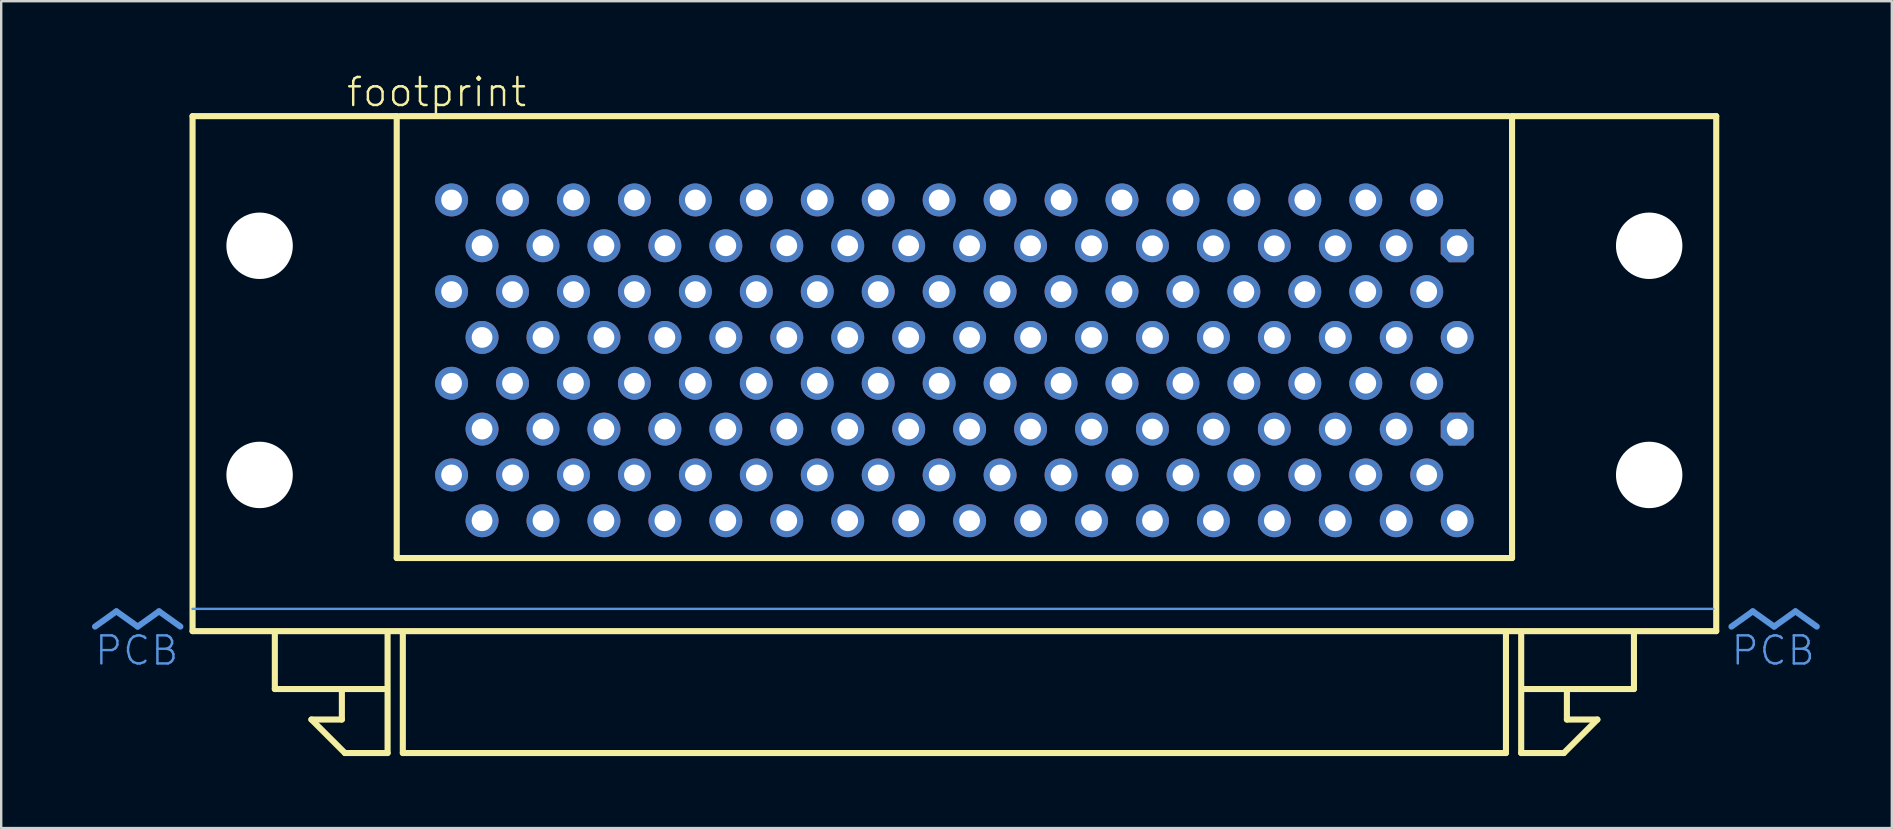
<source format=kicad_pcb>
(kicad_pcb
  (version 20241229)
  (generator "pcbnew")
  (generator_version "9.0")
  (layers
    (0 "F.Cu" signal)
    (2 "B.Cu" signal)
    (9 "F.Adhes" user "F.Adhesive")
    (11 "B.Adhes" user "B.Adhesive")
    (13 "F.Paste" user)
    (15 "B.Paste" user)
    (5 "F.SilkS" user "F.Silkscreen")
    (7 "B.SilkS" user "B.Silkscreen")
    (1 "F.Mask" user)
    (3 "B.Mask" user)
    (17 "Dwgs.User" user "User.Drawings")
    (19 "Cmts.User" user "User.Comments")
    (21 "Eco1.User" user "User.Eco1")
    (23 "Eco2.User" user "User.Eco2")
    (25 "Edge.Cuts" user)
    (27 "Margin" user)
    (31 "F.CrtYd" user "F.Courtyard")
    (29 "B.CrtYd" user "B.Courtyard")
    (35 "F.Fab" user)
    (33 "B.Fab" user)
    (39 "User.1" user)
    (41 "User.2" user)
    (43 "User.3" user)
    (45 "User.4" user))
  (footprint "footprint"
    (layer "F.Cu")
    (at 36.725 21.793)
    (property "Reference" "footprint" (at -25.4 -20.32 0) (layer "F.SilkS") (effects (font (size 1.168 1.168) (thickness 0.102)) (justify left bottom)))
    (fp_line (start -31.75 -20.003) (end -23.241 -20.003) (stroke (width 0.254) (type solid)) (layer "F.SilkS"))
    (fp_line (start -31.75 1.46) (end -31.75 -20.003) (stroke (width 0.254) (type solid)) (layer "F.SilkS"))
    (fp_line (start -28.321 3.873) (end -28.321 1.587) (stroke (width 0.254) (type solid)) (layer "F.SilkS"))
    (fp_line (start -26.797 5.144) (end -25.527 5.144) (stroke (width 0.254) (type solid)) (layer "F.SilkS"))
    (fp_line (start -25.527 3.873) (end -28.321 3.873) (stroke (width 0.254) (type solid)) (layer "F.SilkS"))
    (fp_line (start -25.527 3.873) (end -23.749 3.873) (stroke (width 0.254) (type solid)) (layer "F.SilkS"))
    (fp_line (start -25.527 5.144) (end -25.527 3.873) (stroke (width 0.254) (type solid)) (layer "F.SilkS"))
    (fp_line (start -25.4 6.54) (end -26.797 5.144) (stroke (width 0.254) (type solid)) (layer "F.SilkS"))
    (fp_line (start -23.622 1.587) (end -23.622 6.54) (stroke (width 0.254) (type solid)) (layer "F.SilkS"))
    (fp_line (start -23.622 6.54) (end -25.4 6.54) (stroke (width 0.254) (type solid)) (layer "F.SilkS"))
    (fp_line (start -23.241 -20.003) (end -23.241 -1.587) (stroke (width 0.254) (type solid)) (layer "F.SilkS"))
    (fp_line (start -23.241 -1.587) (end 23.241 -1.587) (stroke (width 0.254) (type solid)) (layer "F.SilkS"))
    (fp_line (start -23.114 -20.003) (end 23.114 -20.003) (stroke (width 0.254) (type solid)) (layer "F.SilkS"))
    (fp_line (start -22.987 6.54) (end -22.987 1.587) (stroke (width 0.254) (type solid)) (layer "F.SilkS"))
    (fp_line (start 22.987 1.587) (end 22.987 6.54) (stroke (width 0.254) (type solid)) (layer "F.SilkS"))
    (fp_line (start 22.987 6.54) (end -22.987 6.54) (stroke (width 0.254) (type solid)) (layer "F.SilkS"))
    (fp_line (start 23.241 -20.003) (end 31.75 -20.003) (stroke (width 0.254) (type solid)) (layer "F.SilkS"))
    (fp_line (start 23.241 -1.587) (end 23.241 -20.003) (stroke (width 0.254) (type solid)) (layer "F.SilkS"))
    (fp_line (start 23.622 1.587) (end 23.622 6.54) (stroke (width 0.254) (type solid)) (layer "F.SilkS"))
    (fp_line (start 23.622 6.54) (end 25.4 6.54) (stroke (width 0.254) (type solid)) (layer "F.SilkS"))
    (fp_line (start 25.4 6.54) (end 26.797 5.144) (stroke (width 0.254) (type solid)) (layer "F.SilkS"))
    (fp_line (start 25.527 3.873) (end 23.749 3.873) (stroke (width 0.254) (type solid)) (layer "F.SilkS"))
    (fp_line (start 25.527 3.873) (end 28.321 3.873) (stroke (width 0.254) (type solid)) (layer "F.SilkS"))
    (fp_line (start 25.527 5.144) (end 25.527 3.873) (stroke (width 0.254) (type solid)) (layer "F.SilkS"))
    (fp_line (start 26.797 5.144) (end 25.527 5.144) (stroke (width 0.254) (type solid)) (layer "F.SilkS"))
    (fp_line (start 28.321 3.873) (end 28.321 1.587) (stroke (width 0.254) (type solid)) (layer "F.SilkS"))
    (fp_line (start 31.75 -20.003) (end 31.75 1.46) (stroke (width 0.254) (type solid)) (layer "F.SilkS"))
    (fp_line (start 31.75 1.46) (end -31.75 1.46) (stroke (width 0.254) (type solid)) (layer "F.SilkS"))
    (fp_line (start -34.925 0.635) (end -35.814 1.27) (stroke (width 0.254) (type solid)) (layer "Cmts.User"))
    (fp_line (start -34.925 0.635) (end -34.036 1.27) (stroke (width 0.254) (type solid)) (layer "Cmts.User"))
    (fp_line (start -33.147 0.635) (end -34.036 1.27) (stroke (width 0.254) (type solid)) (layer "Cmts.User"))
    (fp_line (start -33.147 0.635) (end -32.258 1.27) (stroke (width 0.254) (type solid)) (layer "Cmts.User"))
    (fp_line (start -31.75 0.533) (end 31.623 0.533) (stroke (width 0.1) (type solid)) (layer "Cmts.User"))
    (fp_line (start 33.274 0.635) (end 32.385 1.27) (stroke (width 0.254) (type solid)) (layer "Cmts.User"))
    (fp_line (start 33.274 0.635) (end 34.163 1.27) (stroke (width 0.254) (type solid)) (layer "Cmts.User"))
    (fp_line (start 35.052 0.635) (end 34.163 1.27) (stroke (width 0.254) (type solid)) (layer "Cmts.User"))
    (fp_line (start 35.052 0.635) (end 35.941 1.27) (stroke (width 0.254) (type solid)) (layer "Cmts.User"))
    (fp_text user " PCB" (at -32.258 1.587 0) (layer "Cmts.User") (effects (font (size 1.168 1.168) (thickness 0.102)) (justify right top)))
    (fp_text user "PCB" (at 35.941 1.587 0) (layer "Cmts.User") (effects (font (size 1.168 1.168) (thickness 0.102)) (justify right top)))
    (pad "" np_thru_hole circle (at -28.956 -14.6) (size 2.769 2.769) (drill 2.769) (layers "*.Cu" "*.Mask"))
    (pad "" np_thru_hole circle (at -28.956 -5.05) (size 2.769 2.769) (drill 2.769) (layers "*.Cu" "*.Mask"))
    (pad "" np_thru_hole circle (at 28.956 -14.6) (size 2.769 2.769) (drill 2.769) (layers "*.Cu" "*.Mask"))
    (pad "" np_thru_hole circle (at 28.956 -5.05) (size 2.769 2.769) (drill 2.769) (layers "*.Cu" "*.Mask"))
    (pad "1-1" thru_hole roundrect (at 20.955 -6.96) (size 1.372 1.372) (drill 0.864) (layers "*.Cu" "*.Mask") (roundrect_rratio 0.25) (chamfer_ratio 0.25) (chamfer top_left top_right bottom_left bottom_right))
    (pad "1-2" thru_hole circle (at 19.685 -8.87) (size 1.372 1.372) (drill 0.864) (layers "*.Cu" "*.Mask"))
    (pad "1-3" thru_hole circle (at 18.415 -6.96) (size 1.372 1.372) (drill 0.864) (layers "*.Cu" "*.Mask"))
    (pad "1-4" thru_hole circle (at 17.145 -8.87) (size 1.372 1.372) (drill 0.864) (layers "*.Cu" "*.Mask"))
    (pad "1-5" thru_hole circle (at 15.875 -6.96) (size 1.372 1.372) (drill 0.864) (layers "*.Cu" "*.Mask"))
    (pad "1-6" thru_hole circle (at 14.605 -8.87) (size 1.372 1.372) (drill 0.864) (layers "*.Cu" "*.Mask"))
    (pad "1-7" thru_hole circle (at 13.335 -6.96) (size 1.372 1.372) (drill 0.864) (layers "*.Cu" "*.Mask"))
    (pad "1-8" thru_hole circle (at 12.065 -8.87) (size 1.372 1.372) (drill 0.864) (layers "*.Cu" "*.Mask"))
    (pad "1-9" thru_hole circle (at 10.795 -6.96) (size 1.372 1.372) (drill 0.864) (layers "*.Cu" "*.Mask"))
    (pad "1-10" thru_hole circle (at 9.525 -8.87) (size 1.372 1.372) (drill 0.864) (layers "*.Cu" "*.Mask"))
    (pad "1-11" thru_hole circle (at 8.255 -6.96) (size 1.372 1.372) (drill 0.864) (layers "*.Cu" "*.Mask"))
    (pad "1-12" thru_hole circle (at 6.985 -8.87) (size 1.372 1.372) (drill 0.864) (layers "*.Cu" "*.Mask"))
    (pad "1-13" thru_hole circle (at 5.715 -6.96) (size 1.372 1.372) (drill 0.864) (layers "*.Cu" "*.Mask"))
    (pad "1-14" thru_hole circle (at 4.445 -8.87) (size 1.372 1.372) (drill 0.864) (layers "*.Cu" "*.Mask"))
    (pad "1-15" thru_hole circle (at 3.175 -6.96) (size 1.372 1.372) (drill 0.864) (layers "*.Cu" "*.Mask"))
    (pad "1-16" thru_hole circle (at 1.905 -8.87) (size 1.372 1.372) (drill 0.864) (layers "*.Cu" "*.Mask"))
    (pad "1-17" thru_hole circle (at 0.635 -6.96) (size 1.372 1.372) (drill 0.864) (layers "*.Cu" "*.Mask"))
    (pad "1-18" thru_hole circle (at -0.635 -8.87) (size 1.372 1.372) (drill 0.864) (layers "*.Cu" "*.Mask"))
    (pad "1-19" thru_hole circle (at -1.905 -6.96) (size 1.372 1.372) (drill 0.864) (layers "*.Cu" "*.Mask"))
    (pad "1-20" thru_hole circle (at -3.175 -8.87) (size 1.372 1.372) (drill 0.864) (layers "*.Cu" "*.Mask"))
    (pad "1-21" thru_hole circle (at -4.445 -6.96) (size 1.372 1.372) (drill 0.864) (layers "*.Cu" "*.Mask"))
    (pad "1-22" thru_hole circle (at -5.715 -8.87) (size 1.372 1.372) (drill 0.864) (layers "*.Cu" "*.Mask"))
    (pad "1-23" thru_hole circle (at -6.985 -6.96) (size 1.372 1.372) (drill 0.864) (layers "*.Cu" "*.Mask"))
    (pad "1-24" thru_hole circle (at -8.255 -8.87) (size 1.372 1.372) (drill 0.864) (layers "*.Cu" "*.Mask"))
    (pad "1-25" thru_hole circle (at -9.525 -6.96) (size 1.372 1.372) (drill 0.864) (layers "*.Cu" "*.Mask"))
    (pad "1-26" thru_hole circle (at -10.795 -8.87) (size 1.372 1.372) (drill 0.864) (layers "*.Cu" "*.Mask"))
    (pad "1-27" thru_hole circle (at -12.065 -6.96) (size 1.372 1.372) (drill 0.864) (layers "*.Cu" "*.Mask"))
    (pad "1-28" thru_hole circle (at -13.335 -8.87) (size 1.372 1.372) (drill 0.864) (layers "*.Cu" "*.Mask"))
    (pad "1-29" thru_hole circle (at -14.605 -6.96) (size 1.372 1.372) (drill 0.864) (layers "*.Cu" "*.Mask"))
    (pad "1-30" thru_hole circle (at -15.875 -8.87) (size 1.372 1.372) (drill 0.864) (layers "*.Cu" "*.Mask"))
    (pad "1-31" thru_hole circle (at -17.145 -6.96) (size 1.372 1.372) (drill 0.864) (layers "*.Cu" "*.Mask"))
    (pad "1-32" thru_hole circle (at -18.415 -8.87) (size 1.372 1.372) (drill 0.864) (layers "*.Cu" "*.Mask"))
    (pad "1-33" thru_hole circle (at -19.685 -6.96) (size 1.372 1.372) (drill 0.864) (layers "*.Cu" "*.Mask"))
    (pad "1-34" thru_hole circle (at -20.955 -8.87) (size 1.372 1.372) (drill 0.864) (layers "*.Cu" "*.Mask"))
    (pad "1-35" thru_hole circle (at 20.955 -3.14) (size 1.372 1.372) (drill 0.864) (layers "*.Cu" "*.Mask"))
    (pad "1-36" thru_hole circle (at 19.685 -5.05) (size 1.372 1.372) (drill 0.864) (layers "*.Cu" "*.Mask"))
    (pad "1-37" thru_hole circle (at 18.415 -3.14) (size 1.372 1.372) (drill 0.864) (layers "*.Cu" "*.Mask"))
    (pad "1-38" thru_hole circle (at 17.145 -5.05) (size 1.372 1.372) (drill 0.864) (layers "*.Cu" "*.Mask"))
    (pad "1-39" thru_hole circle (at 15.875 -3.14) (size 1.372 1.372) (drill 0.864) (layers "*.Cu" "*.Mask"))
    (pad "1-40" thru_hole circle (at 14.605 -5.05) (size 1.372 1.372) (drill 0.864) (layers "*.Cu" "*.Mask"))
    (pad "1-41" thru_hole circle (at 13.335 -3.14) (size 1.372 1.372) (drill 0.864) (layers "*.Cu" "*.Mask"))
    (pad "1-42" thru_hole circle (at 12.065 -5.05) (size 1.372 1.372) (drill 0.864) (layers "*.Cu" "*.Mask"))
    (pad "1-43" thru_hole circle (at 10.795 -3.14) (size 1.372 1.372) (drill 0.864) (layers "*.Cu" "*.Mask"))
    (pad "1-44" thru_hole circle (at 9.525 -5.05) (size 1.372 1.372) (drill 0.864) (layers "*.Cu" "*.Mask"))
    (pad "1-45" thru_hole circle (at 8.255 -3.14) (size 1.372 1.372) (drill 0.864) (layers "*.Cu" "*.Mask"))
    (pad "1-46" thru_hole circle (at 6.985 -5.05) (size 1.372 1.372) (drill 0.864) (layers "*.Cu" "*.Mask"))
    (pad "1-47" thru_hole circle (at 5.715 -3.14) (size 1.372 1.372) (drill 0.864) (layers "*.Cu" "*.Mask"))
    (pad "1-48" thru_hole circle (at 4.445 -5.05) (size 1.372 1.372) (drill 0.864) (layers "*.Cu" "*.Mask"))
    (pad "1-49" thru_hole circle (at 3.175 -3.14) (size 1.372 1.372) (drill 0.864) (layers "*.Cu" "*.Mask"))
    (pad "1-50" thru_hole circle (at 1.905 -5.05) (size 1.372 1.372) (drill 0.864) (layers "*.Cu" "*.Mask"))
    (pad "1-51" thru_hole circle (at 0.635 -3.14) (size 1.372 1.372) (drill 0.864) (layers "*.Cu" "*.Mask"))
    (pad "1-52" thru_hole circle (at -0.635 -5.05) (size 1.372 1.372) (drill 0.864) (layers "*.Cu" "*.Mask"))
    (pad "1-53" thru_hole circle (at -1.905 -3.14) (size 1.372 1.372) (drill 0.864) (layers "*.Cu" "*.Mask"))
    (pad "1-54" thru_hole circle (at -3.175 -5.05) (size 1.372 1.372) (drill 0.864) (layers "*.Cu" "*.Mask"))
    (pad "1-55" thru_hole circle (at -4.445 -3.14) (size 1.372 1.372) (drill 0.864) (layers "*.Cu" "*.Mask"))
    (pad "1-56" thru_hole circle (at -5.715 -5.05) (size 1.372 1.372) (drill 0.864) (layers "*.Cu" "*.Mask"))
    (pad "1-57" thru_hole circle (at -6.985 -3.14) (size 1.372 1.372) (drill 0.864) (layers "*.Cu" "*.Mask"))
    (pad "1-58" thru_hole circle (at -8.255 -5.05) (size 1.372 1.372) (drill 0.864) (layers "*.Cu" "*.Mask"))
    (pad "1-59" thru_hole circle (at -9.525 -3.14) (size 1.372 1.372) (drill 0.864) (layers "*.Cu" "*.Mask"))
    (pad "1-60" thru_hole circle (at -10.795 -5.05) (size 1.372 1.372) (drill 0.864) (layers "*.Cu" "*.Mask"))
    (pad "1-61" thru_hole circle (at -12.065 -3.14) (size 1.372 1.372) (drill 0.864) (layers "*.Cu" "*.Mask"))
    (pad "1-62" thru_hole circle (at -13.335 -5.05) (size 1.372 1.372) (drill 0.864) (layers "*.Cu" "*.Mask"))
    (pad "1-63" thru_hole circle (at -14.605 -3.14) (size 1.372 1.372) (drill 0.864) (layers "*.Cu" "*.Mask"))
    (pad "1-64" thru_hole circle (at -15.875 -5.05) (size 1.372 1.372) (drill 0.864) (layers "*.Cu" "*.Mask"))
    (pad "1-65" thru_hole circle (at -17.145 -3.14) (size 1.372 1.372) (drill 0.864) (layers "*.Cu" "*.Mask"))
    (pad "1-66" thru_hole circle (at -18.415 -5.05) (size 1.372 1.372) (drill 0.864) (layers "*.Cu" "*.Mask"))
    (pad "1-67" thru_hole circle (at -19.685 -3.14) (size 1.372 1.372) (drill 0.864) (layers "*.Cu" "*.Mask"))
    (pad "1-68" thru_hole circle (at -20.955 -5.05) (size 1.372 1.372) (drill 0.864) (layers "*.Cu" "*.Mask"))
    (pad "2-1" thru_hole roundrect (at 20.955 -14.6) (size 1.372 1.372) (drill 0.864) (layers "*.Cu" "*.Mask") (roundrect_rratio 0.25) (chamfer_ratio 0.25) (chamfer top_left top_right bottom_left bottom_right))
    (pad "2-2" thru_hole circle (at 19.685 -16.51) (size 1.372 1.372) (drill 0.864) (layers "*.Cu" "*.Mask"))
    (pad "2-3" thru_hole circle (at 18.415 -14.6) (size 1.372 1.372) (drill 0.864) (layers "*.Cu" "*.Mask"))
    (pad "2-4" thru_hole circle (at 17.145 -16.51) (size 1.372 1.372) (drill 0.864) (layers "*.Cu" "*.Mask"))
    (pad "2-5" thru_hole circle (at 15.875 -14.6) (size 1.372 1.372) (drill 0.864) (layers "*.Cu" "*.Mask"))
    (pad "2-6" thru_hole circle (at 14.605 -16.51) (size 1.372 1.372) (drill 0.864) (layers "*.Cu" "*.Mask"))
    (pad "2-7" thru_hole circle (at 13.335 -14.6) (size 1.372 1.372) (drill 0.864) (layers "*.Cu" "*.Mask"))
    (pad "2-8" thru_hole circle (at 12.065 -16.51) (size 1.372 1.372) (drill 0.864) (layers "*.Cu" "*.Mask"))
    (pad "2-9" thru_hole circle (at 10.795 -14.6) (size 1.372 1.372) (drill 0.864) (layers "*.Cu" "*.Mask"))
    (pad "2-10" thru_hole circle (at 9.525 -16.51) (size 1.372 1.372) (drill 0.864) (layers "*.Cu" "*.Mask"))
    (pad "2-11" thru_hole circle (at 8.255 -14.6) (size 1.372 1.372) (drill 0.864) (layers "*.Cu" "*.Mask"))
    (pad "2-12" thru_hole circle (at 6.985 -16.51) (size 1.372 1.372) (drill 0.864) (layers "*.Cu" "*.Mask"))
    (pad "2-13" thru_hole circle (at 5.715 -14.6) (size 1.372 1.372) (drill 0.864) (layers "*.Cu" "*.Mask"))
    (pad "2-14" thru_hole circle (at 4.445 -16.51) (size 1.372 1.372) (drill 0.864) (layers "*.Cu" "*.Mask"))
    (pad "2-15" thru_hole circle (at 3.175 -14.6) (size 1.372 1.372) (drill 0.864) (layers "*.Cu" "*.Mask"))
    (pad "2-16" thru_hole circle (at 1.905 -16.51) (size 1.372 1.372) (drill 0.864) (layers "*.Cu" "*.Mask"))
    (pad "2-17" thru_hole circle (at 0.635 -14.6) (size 1.372 1.372) (drill 0.864) (layers "*.Cu" "*.Mask"))
    (pad "2-18" thru_hole circle (at -0.635 -16.51) (size 1.372 1.372) (drill 0.864) (layers "*.Cu" "*.Mask"))
    (pad "2-19" thru_hole circle (at -1.905 -14.6) (size 1.372 1.372) (drill 0.864) (layers "*.Cu" "*.Mask"))
    (pad "2-20" thru_hole circle (at -3.175 -16.51) (size 1.372 1.372) (drill 0.864) (layers "*.Cu" "*.Mask"))
    (pad "2-21" thru_hole circle (at -4.445 -14.6) (size 1.372 1.372) (drill 0.864) (layers "*.Cu" "*.Mask"))
    (pad "2-22" thru_hole circle (at -5.715 -16.51) (size 1.372 1.372) (drill 0.864) (layers "*.Cu" "*.Mask"))
    (pad "2-23" thru_hole circle (at -6.985 -14.6) (size 1.372 1.372) (drill 0.864) (layers "*.Cu" "*.Mask"))
    (pad "2-24" thru_hole circle (at -8.255 -16.51) (size 1.372 1.372) (drill 0.864) (layers "*.Cu" "*.Mask"))
    (pad "2-25" thru_hole circle (at -9.525 -14.6) (size 1.372 1.372) (drill 0.864) (layers "*.Cu" "*.Mask"))
    (pad "2-26" thru_hole circle (at -10.795 -16.51) (size 1.372 1.372) (drill 0.864) (layers "*.Cu" "*.Mask"))
    (pad "2-27" thru_hole circle (at -12.065 -14.6) (size 1.372 1.372) (drill 0.864) (layers "*.Cu" "*.Mask"))
    (pad "2-28" thru_hole circle (at -13.335 -16.51) (size 1.372 1.372) (drill 0.864) (layers "*.Cu" "*.Mask"))
    (pad "2-29" thru_hole circle (at -14.605 -14.6) (size 1.372 1.372) (drill 0.864) (layers "*.Cu" "*.Mask"))
    (pad "2-30" thru_hole circle (at -15.875 -16.51) (size 1.372 1.372) (drill 0.864) (layers "*.Cu" "*.Mask"))
    (pad "2-31" thru_hole circle (at -17.145 -14.6) (size 1.372 1.372) (drill 0.864) (layers "*.Cu" "*.Mask"))
    (pad "2-32" thru_hole circle (at -18.415 -16.51) (size 1.372 1.372) (drill 0.864) (layers "*.Cu" "*.Mask"))
    (pad "2-33" thru_hole circle (at -19.685 -14.6) (size 1.372 1.372) (drill 0.864) (layers "*.Cu" "*.Mask"))
    (pad "2-34" thru_hole circle (at -20.955 -16.51) (size 1.372 1.372) (drill 0.864) (layers "*.Cu" "*.Mask"))
    (pad "2-35" thru_hole circle (at 20.955 -10.78) (size 1.372 1.372) (drill 0.864) (layers "*.Cu" "*.Mask"))
    (pad "2-36" thru_hole circle (at 19.685 -12.69) (size 1.372 1.372) (drill 0.864) (layers "*.Cu" "*.Mask"))
    (pad "2-37" thru_hole circle (at 18.415 -10.78) (size 1.372 1.372) (drill 0.864) (layers "*.Cu" "*.Mask"))
    (pad "2-38" thru_hole circle (at 17.145 -12.69) (size 1.372 1.372) (drill 0.864) (layers "*.Cu" "*.Mask"))
    (pad "2-39" thru_hole circle (at 15.875 -10.78) (size 1.372 1.372) (drill 0.864) (layers "*.Cu" "*.Mask"))
    (pad "2-40" thru_hole circle (at 14.605 -12.69) (size 1.372 1.372) (drill 0.864) (layers "*.Cu" "*.Mask"))
    (pad "2-41" thru_hole circle (at 13.335 -10.78) (size 1.372 1.372) (drill 0.864) (layers "*.Cu" "*.Mask"))
    (pad "2-42" thru_hole circle (at 12.065 -12.69) (size 1.372 1.372) (drill 0.864) (layers "*.Cu" "*.Mask"))
    (pad "2-43" thru_hole circle (at 10.795 -10.78) (size 1.372 1.372) (drill 0.864) (layers "*.Cu" "*.Mask"))
    (pad "2-44" thru_hole circle (at 9.525 -12.69) (size 1.372 1.372) (drill 0.864) (layers "*.Cu" "*.Mask"))
    (pad "2-45" thru_hole circle (at 8.255 -10.78) (size 1.372 1.372) (drill 0.864) (layers "*.Cu" "*.Mask"))
    (pad "2-46" thru_hole circle (at 6.985 -12.69) (size 1.372 1.372) (drill 0.864) (layers "*.Cu" "*.Mask"))
    (pad "2-47" thru_hole circle (at 5.715 -10.78) (size 1.372 1.372) (drill 0.864) (layers "*.Cu" "*.Mask"))
    (pad "2-48" thru_hole circle (at 4.445 -12.69) (size 1.372 1.372) (drill 0.864) (layers "*.Cu" "*.Mask"))
    (pad "2-49" thru_hole circle (at 3.175 -10.78) (size 1.372 1.372) (drill 0.864) (layers "*.Cu" "*.Mask"))
    (pad "2-50" thru_hole circle (at 1.905 -12.69) (size 1.372 1.372) (drill 0.864) (layers "*.Cu" "*.Mask"))
    (pad "2-51" thru_hole circle (at 0.635 -10.78) (size 1.372 1.372) (drill 0.864) (layers "*.Cu" "*.Mask"))
    (pad "2-52" thru_hole circle (at -0.635 -12.69) (size 1.372 1.372) (drill 0.864) (layers "*.Cu" "*.Mask"))
    (pad "2-53" thru_hole circle (at -1.905 -10.78) (size 1.372 1.372) (drill 0.864) (layers "*.Cu" "*.Mask"))
    (pad "2-54" thru_hole circle (at -3.175 -12.69) (size 1.372 1.372) (drill 0.864) (layers "*.Cu" "*.Mask"))
    (pad "2-55" thru_hole circle (at -4.445 -10.78) (size 1.372 1.372) (drill 0.864) (layers "*.Cu" "*.Mask"))
    (pad "2-56" thru_hole circle (at -5.715 -12.69) (size 1.372 1.372) (drill 0.864) (layers "*.Cu" "*.Mask"))
    (pad "2-57" thru_hole circle (at -6.985 -10.78) (size 1.372 1.372) (drill 0.864) (layers "*.Cu" "*.Mask"))
    (pad "2-58" thru_hole circle (at -8.255 -12.69) (size 1.372 1.372) (drill 0.864) (layers "*.Cu" "*.Mask"))
    (pad "2-59" thru_hole circle (at -9.525 -10.78) (size 1.372 1.372) (drill 0.864) (layers "*.Cu" "*.Mask"))
    (pad "2-60" thru_hole circle (at -10.795 -12.69) (size 1.372 1.372) (drill 0.864) (layers "*.Cu" "*.Mask"))
    (pad "2-61" thru_hole circle (at -12.065 -10.78) (size 1.372 1.372) (drill 0.864) (layers "*.Cu" "*.Mask"))
    (pad "2-62" thru_hole circle (at -13.335 -12.69) (size 1.372 1.372) (drill 0.864) (layers "*.Cu" "*.Mask"))
    (pad "2-63" thru_hole circle (at -14.605 -10.78) (size 1.372 1.372) (drill 0.864) (layers "*.Cu" "*.Mask"))
    (pad "2-64" thru_hole circle (at -15.875 -12.69) (size 1.372 1.372) (drill 0.864) (layers "*.Cu" "*.Mask"))
    (pad "2-65" thru_hole circle (at -17.145 -10.78) (size 1.372 1.372) (drill 0.864) (layers "*.Cu" "*.Mask"))
    (pad "2-66" thru_hole circle (at -18.415 -12.69) (size 1.372 1.372) (drill 0.864) (layers "*.Cu" "*.Mask"))
    (pad "2-67" thru_hole circle (at -19.685 -10.78) (size 1.372 1.372) (drill 0.864) (layers "*.Cu" "*.Mask"))
    (pad "2-68" thru_hole circle (at -20.955 -12.69) (size 1.372 1.372) (drill 0.864) (layers "*.Cu" "*.Mask")))
  (gr_rect
    (start -3 -3)
    (end 75.793 31.461)
    (stroke (width 0.1) (type default))
    (fill no)
    (layer "Edge.Cuts")))
</source>
